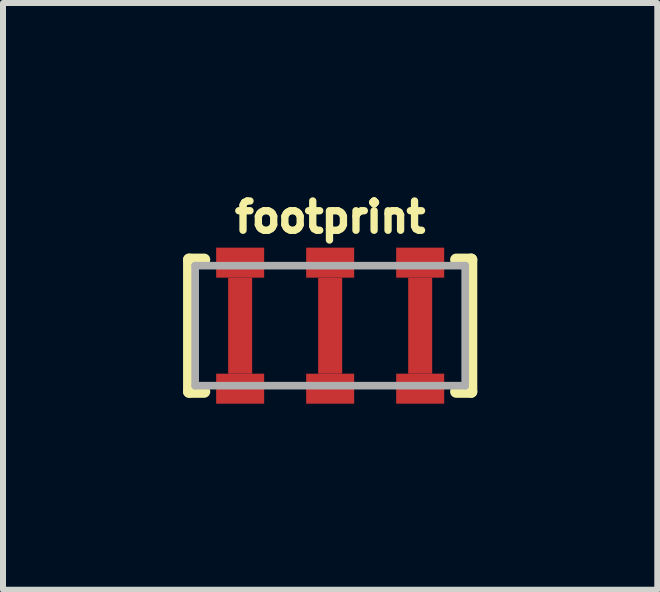
<source format=kicad_pcb>
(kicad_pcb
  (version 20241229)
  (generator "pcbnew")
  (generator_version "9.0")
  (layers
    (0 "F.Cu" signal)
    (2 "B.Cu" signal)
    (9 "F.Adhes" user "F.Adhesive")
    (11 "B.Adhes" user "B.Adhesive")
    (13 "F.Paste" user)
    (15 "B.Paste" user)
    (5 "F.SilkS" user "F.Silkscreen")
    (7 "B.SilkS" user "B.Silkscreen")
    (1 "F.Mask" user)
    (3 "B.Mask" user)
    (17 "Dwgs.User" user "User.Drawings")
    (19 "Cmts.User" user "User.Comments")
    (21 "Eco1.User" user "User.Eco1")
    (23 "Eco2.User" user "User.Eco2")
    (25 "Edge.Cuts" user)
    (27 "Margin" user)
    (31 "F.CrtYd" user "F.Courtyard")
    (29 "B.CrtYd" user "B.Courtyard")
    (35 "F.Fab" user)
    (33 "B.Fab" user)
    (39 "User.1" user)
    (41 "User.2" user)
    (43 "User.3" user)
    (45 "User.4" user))
  (footprint "footprint"
    (layer "F.Cu")
    (at 2.452 2.377)
    (property "Reference" "footprint" (at 0 -1.524 0) (layer "F.SilkS") (effects (font (size 0.488 0.488) (thickness 0.122)) (justify bottom)))
    (fp_poly (pts (xy -1.9 -0.8) (xy -1.1 -0.8) (xy -1.1 -1.3) (xy -1.9 -1.3)) (stroke (width 0) (type solid)) (fill yes) (layer "F.Cu"))
    (fp_poly (pts (xy -1.9 1.3) (xy -1.1 1.3) (xy -1.1 0.8) (xy -1.9 0.8)) (stroke (width 0) (type solid)) (fill yes) (layer "F.Cu"))
    (fp_poly (pts (xy -0.4 -0.8) (xy 0.4 -0.8) (xy 0.4 -1.3) (xy -0.4 -1.3)) (stroke (width 0) (type solid)) (fill yes) (layer "F.Cu"))
    (fp_poly (pts (xy -0.4 1.3) (xy 0.4 1.3) (xy 0.4 0.8) (xy -0.4 0.8)) (stroke (width 0) (type solid)) (fill yes) (layer "F.Cu"))
    (fp_poly (pts (xy 1.1 -0.8) (xy 1.9 -0.8) (xy 1.9 -1.3) (xy 1.1 -1.3)) (stroke (width 0) (type solid)) (fill yes) (layer "F.Cu"))
    (fp_poly (pts (xy 1.1 1.3) (xy 1.9 1.3) (xy 1.9 0.8) (xy 1.1 0.8)) (stroke (width 0) (type solid)) (fill yes) (layer "F.Cu"))
    (fp_poly (pts (xy -2 -0.7) (xy -1 -0.7) (xy -1 -1.4) (xy -2 -1.4)) (stroke (width 0) (type solid)) (fill yes) (layer "F.Mask"))
    (fp_poly (pts (xy -2 1.4) (xy -1 1.4) (xy -1 0.7) (xy -2 0.7)) (stroke (width 0) (type solid)) (fill yes) (layer "F.Mask"))
    (fp_poly (pts (xy -0.5 -0.7) (xy 0.5 -0.7) (xy 0.5 -1.4) (xy -0.5 -1.4)) (stroke (width 0) (type solid)) (fill yes) (layer "F.Mask"))
    (fp_poly (pts (xy -0.5 1.4) (xy 0.5 1.4) (xy 0.5 0.7) (xy -0.5 0.7)) (stroke (width 0) (type solid)) (fill yes) (layer "F.Mask"))
    (fp_poly (pts (xy 1 -0.7) (xy 2 -0.7) (xy 2 -1.4) (xy 1 -1.4)) (stroke (width 0) (type solid)) (fill yes) (layer "F.Mask"))
    (fp_poly (pts (xy 1 1.4) (xy 2 1.4) (xy 2 0.7) (xy 1 0.7)) (stroke (width 0) (type solid)) (fill yes) (layer "F.Mask"))
    (fp_line (start -2.35 1.1) (end -2.35 -1.1) (stroke (width 0.203) (type solid)) (layer "F.SilkS"))
    (fp_line (start -2.1 -1.1) (end -2.35 -1.1) (stroke (width 0.203) (type solid)) (layer "F.SilkS"))
    (fp_line (start -2.1 1.1) (end -2.35 1.1) (stroke (width 0.203) (type solid)) (layer "F.SilkS"))
    (fp_line (start 2.35 -1.1) (end 2.1 -1.1) (stroke (width 0.203) (type solid)) (layer "F.SilkS"))
    (fp_line (start 2.35 1.1) (end 2.1 1.1) (stroke (width 0.203) (type solid)) (layer "F.SilkS"))
    (fp_line (start 2.35 1.1) (end 2.35 -1.1) (stroke (width 0.203) (type solid)) (layer "F.SilkS"))
    (fp_poly (pts (xy -1.9 -0.8) (xy -1.1 -0.8) (xy -1.1 -1.3) (xy -1.9 -1.3)) (stroke (width 0) (type solid)) (fill yes) (layer "F.Paste"))
    (fp_poly (pts (xy -1.9 1.3) (xy -1.1 1.3) (xy -1.1 0.8) (xy -1.9 0.8)) (stroke (width 0) (type solid)) (fill yes) (layer "F.Paste"))
    (fp_poly (pts (xy -0.4 -0.8) (xy 0.4 -0.8) (xy 0.4 -1.3) (xy -0.4 -1.3)) (stroke (width 0) (type solid)) (fill yes) (layer "F.Paste"))
    (fp_poly (pts (xy -0.4 1.3) (xy 0.4 1.3) (xy 0.4 0.8) (xy -0.4 0.8)) (stroke (width 0) (type solid)) (fill yes) (layer "F.Paste"))
    (fp_poly (pts (xy 1.1 -0.8) (xy 1.9 -0.8) (xy 1.9 -1.3) (xy 1.1 -1.3)) (stroke (width 0) (type solid)) (fill yes) (layer "F.Paste"))
    (fp_poly (pts (xy 1.1 1.3) (xy 1.9 1.3) (xy 1.9 0.8) (xy 1.1 0.8)) (stroke (width 0) (type solid)) (fill yes) (layer "F.Paste"))
    (fp_line (start -2.25 -1) (end 2.25 -1) (stroke (width 0.127) (type solid)) (layer "F.Fab"))
    (fp_line (start -2.25 1) (end -2.25 -1) (stroke (width 0.127) (type solid)) (layer "F.Fab"))
    (fp_line (start 2.25 -1) (end 2.25 1) (stroke (width 0.127) (type solid)) (layer "F.Fab"))
    (fp_line (start 2.25 1) (end -2.25 1) (stroke (width 0.127) (type solid)) (layer "F.Fab"))
    (pad "1" smd rect (at -1.5 0) (size 0.4 1.6) (layers "F.Cu" "F.Mask" "F.Paste"))
    (pad "2" smd rect (at 0 0) (size 0.4 1.6) (layers "F.Cu" "F.Mask" "F.Paste"))
    (pad "3" smd rect (at 1.5 0) (size 0.4 1.6) (layers "F.Cu" "F.Mask" "F.Paste")))
  (gr_rect
    (start -3 -3)
    (end 7.903 6.777)
    (stroke (width 0.1) (type default))
    (fill no)
    (layer "Edge.Cuts")))
</source>
